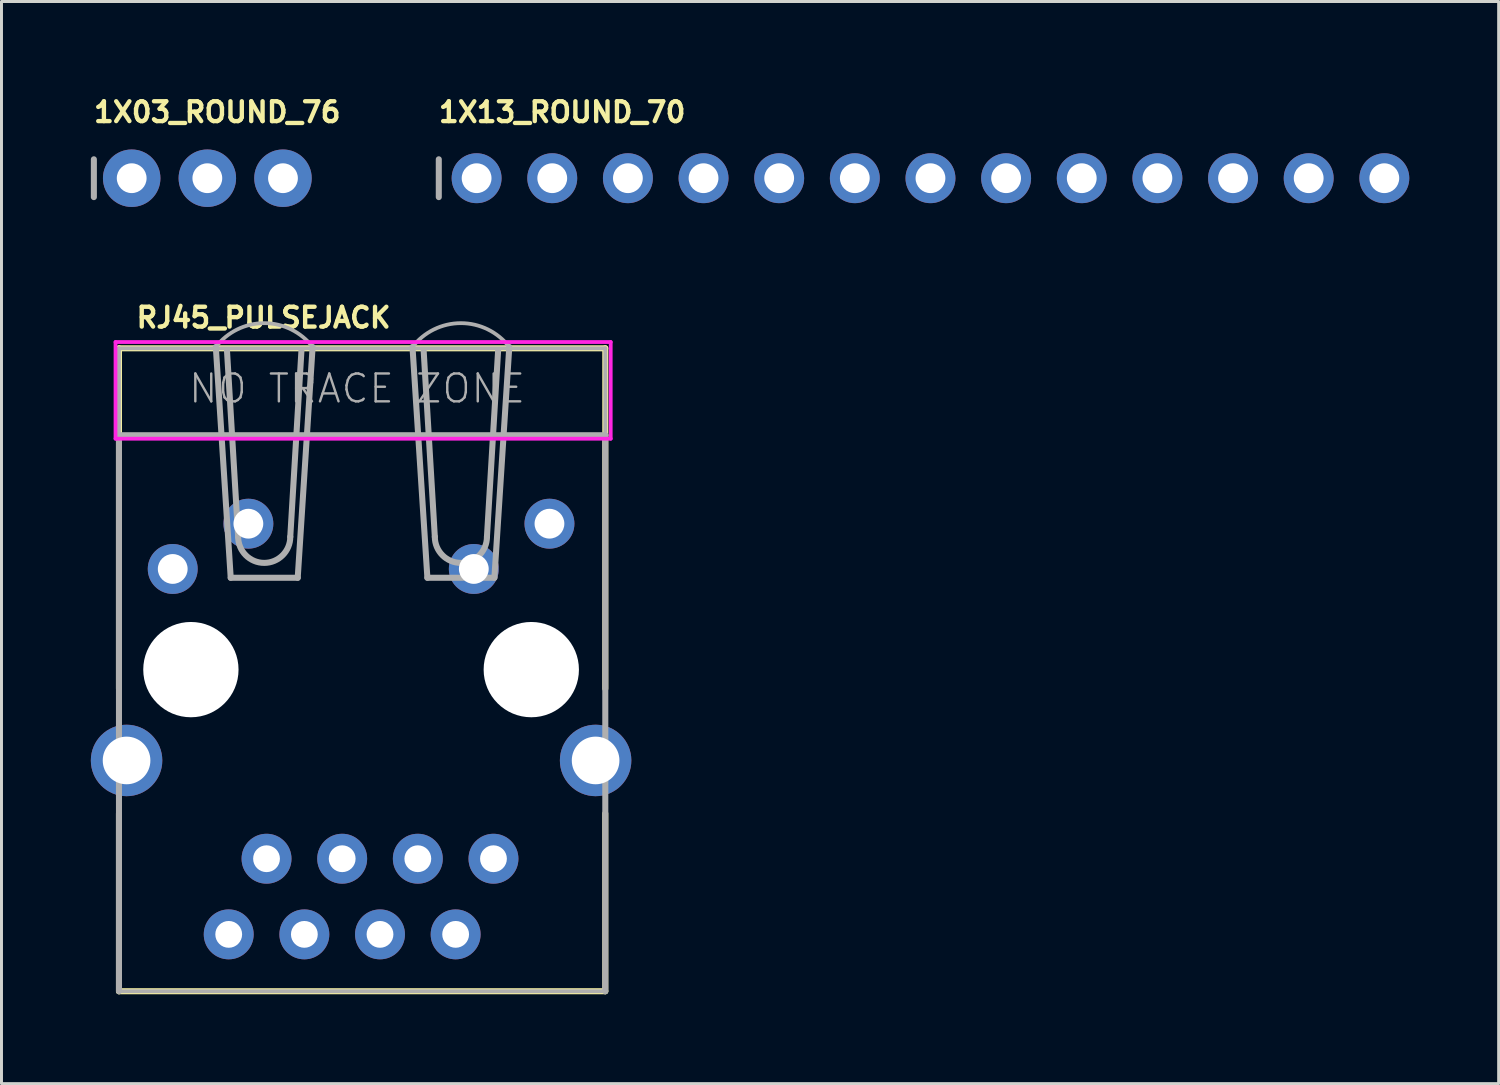
<source format=kicad_pcb>
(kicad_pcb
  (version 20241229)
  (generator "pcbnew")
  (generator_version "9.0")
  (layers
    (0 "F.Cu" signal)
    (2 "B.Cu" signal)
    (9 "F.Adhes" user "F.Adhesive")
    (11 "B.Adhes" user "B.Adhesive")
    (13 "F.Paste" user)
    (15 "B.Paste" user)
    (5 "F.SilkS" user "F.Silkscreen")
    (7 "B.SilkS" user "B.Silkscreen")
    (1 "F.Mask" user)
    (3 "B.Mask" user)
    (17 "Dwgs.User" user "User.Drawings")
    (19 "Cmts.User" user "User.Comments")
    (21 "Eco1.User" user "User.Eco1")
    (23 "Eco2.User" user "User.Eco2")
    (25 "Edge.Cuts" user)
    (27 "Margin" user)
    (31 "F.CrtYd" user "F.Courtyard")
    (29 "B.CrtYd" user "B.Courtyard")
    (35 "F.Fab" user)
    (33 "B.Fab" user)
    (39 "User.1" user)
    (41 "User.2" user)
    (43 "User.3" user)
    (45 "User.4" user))
  (footprint "1X03_ROUND_76"
    (layer "F.Cu")
    (at 3.912 2.934)
    (property "Reference" "1X03_ROUND_76" (at -3.886 -1.829 0) (unlocked yes) (layer "F.SilkS") (effects (font (size 0.666 0.666) (thickness 0.146)) (justify left bottom)))
    (fp_line (start -3.81 -0.635) (end -3.81 0.635) (stroke (width 0.203) (type solid)) (layer "F.Fab"))
    (fp_poly (pts (xy -2.794 0.254) (xy -2.286 0.254) (xy -2.286 -0.254) (xy -2.794 -0.254)) (stroke (width 0.1) (type default)) (fill no) (layer "F.Fab"))
    (fp_poly (pts (xy -0.254 0.254) (xy 0.254 0.254) (xy 0.254 -0.254) (xy -0.254 -0.254)) (stroke (width 0.1) (type default)) (fill no) (layer "F.Fab"))
    (fp_poly (pts (xy 2.286 0.254) (xy 2.794 0.254) (xy 2.794 -0.254) (xy 2.286 -0.254)) (stroke (width 0.1) (type default)) (fill no) (layer "F.Fab"))
    (pad "1" thru_hole circle (at -2.54 0 90) (size 1.93 1.93) (drill 1) (layers "*.Cu" "*.Mask"))
    (pad "2" thru_hole circle (at 0 0 90) (size 1.93 1.93) (drill 1) (layers "*.Cu" "*.Mask"))
    (pad "3" thru_hole circle (at 2.54 0 90) (size 1.93 1.93) (drill 1) (layers "*.Cu" "*.Mask")))
  (footprint "RJ45_PULSEJACK"
    (layer "F.Cu")
    (at 9.075 19.435)
    (property "Reference" "RJ45_PULSEJACK" (at -7.62 -11.43 0) (unlocked yes) (layer "F.SilkS") (effects (font (size 0.666 0.666) (thickness 0.146)) (justify left bottom)))
    (fp_line (start -8.13 -10.79) (end -8.13 -7.87) (stroke (width 0.203) (type solid)) (layer "F.SilkS"))
    (fp_line (start -8.13 -10.79) (end 8.2 -10.79) (stroke (width 0.203) (type solid)) (layer "F.SilkS"))
    (fp_line (start -8.13 -7.87) (end -8.13 0.64) (stroke (width 0.203) (type solid)) (layer "F.SilkS"))
    (fp_line (start -8.13 4.83) (end -8.13 10.8) (stroke (width 0.203) (type solid)) (layer "F.SilkS"))
    (fp_line (start -8.13 10.8) (end 8.2 10.8) (stroke (width 0.203) (type solid)) (layer "F.SilkS"))
    (fp_line (start 8.2 -10.79) (end 8.2 -7.87) (stroke (width 0.203) (type solid)) (layer "F.SilkS"))
    (fp_line (start 8.2 -7.87) (end 8.2 0.64) (stroke (width 0.203) (type solid)) (layer "F.SilkS"))
    (fp_line (start 8.2 4.83) (end 8.2 10.8) (stroke (width 0.203) (type solid)) (layer "F.SilkS"))
    (fp_line (start -8.246 -11) (end 8.382 -11) (stroke (width 0.127) (type solid)) (layer "F.CrtYd"))
    (fp_line (start -8.246 -7.754) (end -8.246 -11) (stroke (width 0.127) (type solid)) (layer "F.CrtYd"))
    (fp_line (start 8.382 -11) (end 8.382 -7.754) (stroke (width 0.127) (type solid)) (layer "F.CrtYd"))
    (fp_line (start 8.382 -7.754) (end -8.246 -7.754) (stroke (width 0.127) (type solid)) (layer "F.CrtYd"))
    (fp_line (start -8.13 -10.79) (end -8.13 -7.87) (stroke (width 0.127) (type solid)) (layer "F.Fab"))
    (fp_line (start -8.13 -10.79) (end 8.2 -10.79) (stroke (width 0.127) (type solid)) (layer "F.Fab"))
    (fp_line (start -8.13 -7.87) (end -8.13 10.8) (stroke (width 0.203) (type solid)) (layer "F.Fab"))
    (fp_line (start -8.13 -7.87) (end 8.2 -7.87) (stroke (width 0.203) (type solid)) (layer "F.Fab"))
    (fp_line (start -8.13 10.8) (end 8.2 10.8) (stroke (width 0.127) (type solid)) (layer "F.Fab"))
    (fp_line (start -4.878 -10.834) (end -4.378 -3.084) (stroke (width 0.203) (type solid)) (layer "F.Fab"))
    (fp_line (start -4.503 -10.709) (end -4.128 -4.459) (stroke (width 0.203) (type solid)) (layer "F.Fab"))
    (fp_line (start -2.128 -3.084) (end -4.378 -3.084) (stroke (width 0.203) (type solid)) (layer "F.Fab"))
    (fp_line (start -2.003 -10.709) (end -2.378 -4.459) (stroke (width 0.203) (type solid)) (layer "F.Fab"))
    (fp_line (start -1.628 -10.834) (end -2.128 -3.084) (stroke (width 0.203) (type solid)) (layer "F.Fab"))
    (fp_line (start 1.726 -10.834) (end 2.226 -3.084) (stroke (width 0.203) (type solid)) (layer "F.Fab"))
    (fp_line (start 2.101 -10.709) (end 2.476 -4.459) (stroke (width 0.203) (type solid)) (layer "F.Fab"))
    (fp_line (start 4.476 -3.084) (end 2.226 -3.084) (stroke (width 0.203) (type solid)) (layer "F.Fab"))
    (fp_line (start 4.601 -10.709) (end 4.226 -4.459) (stroke (width 0.203) (type solid)) (layer "F.Fab"))
    (fp_line (start 4.976 -10.834) (end 4.476 -3.084) (stroke (width 0.203) (type solid)) (layer "F.Fab"))
    (fp_line (start 8.2 -10.79) (end 8.2 -7.87) (stroke (width 0.127) (type solid)) (layer "F.Fab"))
    (fp_line (start 8.2 -7.87) (end 8.2 10.8) (stroke (width 0.203) (type solid)) (layer "F.Fab"))
    (fp_arc (start -4.878 -10.834) (mid -3.253 -11.634152) (end -1.628 -10.834) (stroke (width 0.127) (type solid)) (layer "F.Fab"))
    (fp_arc (start -2.378 -4.459) (mid -3.253 -3.584) (end -4.128 -4.459) (stroke (width 0.2032) (type solid)) (layer "F.Fab"))
    (fp_arc (start 1.726 -10.834) (mid 3.351 -11.634152) (end 4.976 -10.834) (stroke (width 0.127) (type solid)) (layer "F.Fab"))
    (fp_arc (start 4.226 -4.459) (mid 3.351 -3.584) (end 2.476 -4.459) (stroke (width 0.2032) (type solid)) (layer "F.Fab"))
    (fp_text user "NO TRACE ZONE" (at -5.842 -8.89 0) (unlocked yes) (layer "F.Fab") (effects (font (size 0.935 0.935) (thickness 0.081)) (justify left bottom)))
    (pad "" np_thru_hole circle (at -5.715 0) (size 3.2 3.2) (drill 3.2) (layers "*.Cu" "*.Mask"))
    (pad "" np_thru_hole circle (at 5.715 0) (size 3.2 3.2) (drill 3.2) (layers "*.Cu" "*.Mask"))
    (pad "1" thru_hole circle (at 4.445 6.35) (size 1.676 1.676) (drill 0.9) (layers "*.Cu" "*.Mask"))
    (pad "2" thru_hole circle (at 3.175 8.89) (size 1.676 1.676) (drill 0.9) (layers "*.Cu" "*.Mask"))
    (pad "3" thru_hole circle (at 1.905 6.35) (size 1.676 1.676) (drill 0.9) (layers "*.Cu" "*.Mask"))
    (pad "4" thru_hole circle (at 0.635 8.89) (size 1.676 1.676) (drill 0.9) (layers "*.Cu" "*.Mask"))
    (pad "5" thru_hole circle (at -0.635 6.35) (size 1.676 1.676) (drill 0.9) (layers "*.Cu" "*.Mask"))
    (pad "6" thru_hole circle (at -1.905 8.89) (size 1.676 1.676) (drill 0.9) (layers "*.Cu" "*.Mask"))
    (pad "7" thru_hole circle (at -3.175 6.35) (size 1.676 1.676) (drill 0.9) (layers "*.Cu" "*.Mask"))
    (pad "8" thru_hole circle (at -4.445 8.89) (size 1.676 1.676) (drill 0.9) (layers "*.Cu" "*.Mask"))
    (pad "9" thru_hole circle (at 6.325 -4.9) (size 1.676 1.676) (drill 1) (layers "*.Cu" "*.Mask"))
    (pad "10" thru_hole circle (at 3.785 -3.38) (size 1.676 1.676) (drill 1) (layers "*.Cu" "*.Mask"))
    (pad "11" thru_hole circle (at -3.785 -4.9) (size 1.676 1.676) (drill 1) (layers "*.Cu" "*.Mask"))
    (pad "12" thru_hole circle (at -6.325 -3.38) (size 1.676 1.676) (drill 1) (layers "*.Cu" "*.Mask"))
    (pad "P$5" thru_hole circle (at -7.875 3.05) (size 2.4 2.4) (drill 1.6) (layers "*.Cu" "*.Mask"))
    (pad "P$6" thru_hole circle (at 7.875 3.05) (size 2.4 2.4) (drill 1.6) (layers "*.Cu" "*.Mask")))
  (footprint "1X13_ROUND_70"
    (layer "F.Cu")
    (at 28.194 2.934)
    (property "Reference" "1X13_ROUND_70" (at -16.586 -1.829 0) (unlocked yes) (layer "F.SilkS") (effects (font (size 0.666 0.666) (thickness 0.146)) (justify left bottom)))
    (fp_line (start -16.51 -0.635) (end -16.51 0.635) (stroke (width 0.203) (type solid)) (layer "F.Fab"))
    (fp_poly (pts (xy -15.494 0.254) (xy -14.986 0.254) (xy -14.986 -0.254) (xy -15.494 -0.254)) (stroke (width 0.1) (type default)) (fill no) (layer "F.Fab"))
    (fp_poly (pts (xy -12.954 0.254) (xy -12.446 0.254) (xy -12.446 -0.254) (xy -12.954 -0.254)) (stroke (width 0.1) (type default)) (fill no) (layer "F.Fab"))
    (fp_poly (pts (xy -10.414 0.254) (xy -9.906 0.254) (xy -9.906 -0.254) (xy -10.414 -0.254)) (stroke (width 0.1) (type default)) (fill no) (layer "F.Fab"))
    (fp_poly (pts (xy -7.874 0.254) (xy -7.366 0.254) (xy -7.366 -0.254) (xy -7.874 -0.254)) (stroke (width 0.1) (type default)) (fill no) (layer "F.Fab"))
    (fp_poly (pts (xy -5.334 0.254) (xy -4.826 0.254) (xy -4.826 -0.254) (xy -5.334 -0.254)) (stroke (width 0.1) (type default)) (fill no) (layer "F.Fab"))
    (fp_poly (pts (xy -2.794 0.254) (xy -2.286 0.254) (xy -2.286 -0.254) (xy -2.794 -0.254)) (stroke (width 0.1) (type default)) (fill no) (layer "F.Fab"))
    (fp_poly (pts (xy -0.254 0.254) (xy 0.254 0.254) (xy 0.254 -0.254) (xy -0.254 -0.254)) (stroke (width 0.1) (type default)) (fill no) (layer "F.Fab"))
    (fp_poly (pts (xy 2.286 0.254) (xy 2.794 0.254) (xy 2.794 -0.254) (xy 2.286 -0.254)) (stroke (width 0.1) (type default)) (fill no) (layer "F.Fab"))
    (fp_poly (pts (xy 4.826 0.254) (xy 5.334 0.254) (xy 5.334 -0.254) (xy 4.826 -0.254)) (stroke (width 0.1) (type default)) (fill no) (layer "F.Fab"))
    (fp_poly (pts (xy 7.366 0.254) (xy 7.874 0.254) (xy 7.874 -0.254) (xy 7.366 -0.254)) (stroke (width 0.1) (type default)) (fill no) (layer "F.Fab"))
    (fp_poly (pts (xy 9.906 0.254) (xy 10.414 0.254) (xy 10.414 -0.254) (xy 9.906 -0.254)) (stroke (width 0.1) (type default)) (fill no) (layer "F.Fab"))
    (fp_poly (pts (xy 12.446 0.254) (xy 12.954 0.254) (xy 12.954 -0.254) (xy 12.446 -0.254)) (stroke (width 0.1) (type default)) (fill no) (layer "F.Fab"))
    (fp_poly (pts (xy 14.986 0.254) (xy 15.494 0.254) (xy 15.494 -0.254) (xy 14.986 -0.254)) (stroke (width 0.1) (type default)) (fill no) (layer "F.Fab"))
    (pad "1" thru_hole circle (at -15.24 0 90) (size 1.676 1.676) (drill 1) (layers "*.Cu" "*.Mask"))
    (pad "2" thru_hole circle (at -12.7 0 90) (size 1.676 1.676) (drill 1) (layers "*.Cu" "*.Mask"))
    (pad "3" thru_hole circle (at -10.16 0 90) (size 1.676 1.676) (drill 1) (layers "*.Cu" "*.Mask"))
    (pad "4" thru_hole circle (at -7.62 0 90) (size 1.676 1.676) (drill 1) (layers "*.Cu" "*.Mask"))
    (pad "5" thru_hole circle (at -5.08 0 90) (size 1.676 1.676) (drill 1) (layers "*.Cu" "*.Mask"))
    (pad "6" thru_hole circle (at -2.54 0 90) (size 1.676 1.676) (drill 1) (layers "*.Cu" "*.Mask"))
    (pad "7" thru_hole circle (at 0 0 90) (size 1.676 1.676) (drill 1) (layers "*.Cu" "*.Mask"))
    (pad "8" thru_hole circle (at 2.54 0 90) (size 1.676 1.676) (drill 1) (layers "*.Cu" "*.Mask"))
    (pad "9" thru_hole circle (at 5.08 0 90) (size 1.676 1.676) (drill 1) (layers "*.Cu" "*.Mask"))
    (pad "10" thru_hole circle (at 7.62 0 90) (size 1.676 1.676) (drill 1) (layers "*.Cu" "*.Mask"))
    (pad "11" thru_hole circle (at 10.16 0 90) (size 1.676 1.676) (drill 1) (layers "*.Cu" "*.Mask"))
    (pad "12" thru_hole circle (at 12.7 0 90) (size 1.676 1.676) (drill 1) (layers "*.Cu" "*.Mask"))
    (pad "13" thru_hole circle (at 15.24 0 90) (size 1.676 1.676) (drill 1) (layers "*.Cu" "*.Mask")))
  (gr_rect
    (start -3 -3)
    (end 47.273 33.336)
    (stroke (width 0.1) (type default))
    (fill no)
    (layer "Edge.Cuts")))
</source>
